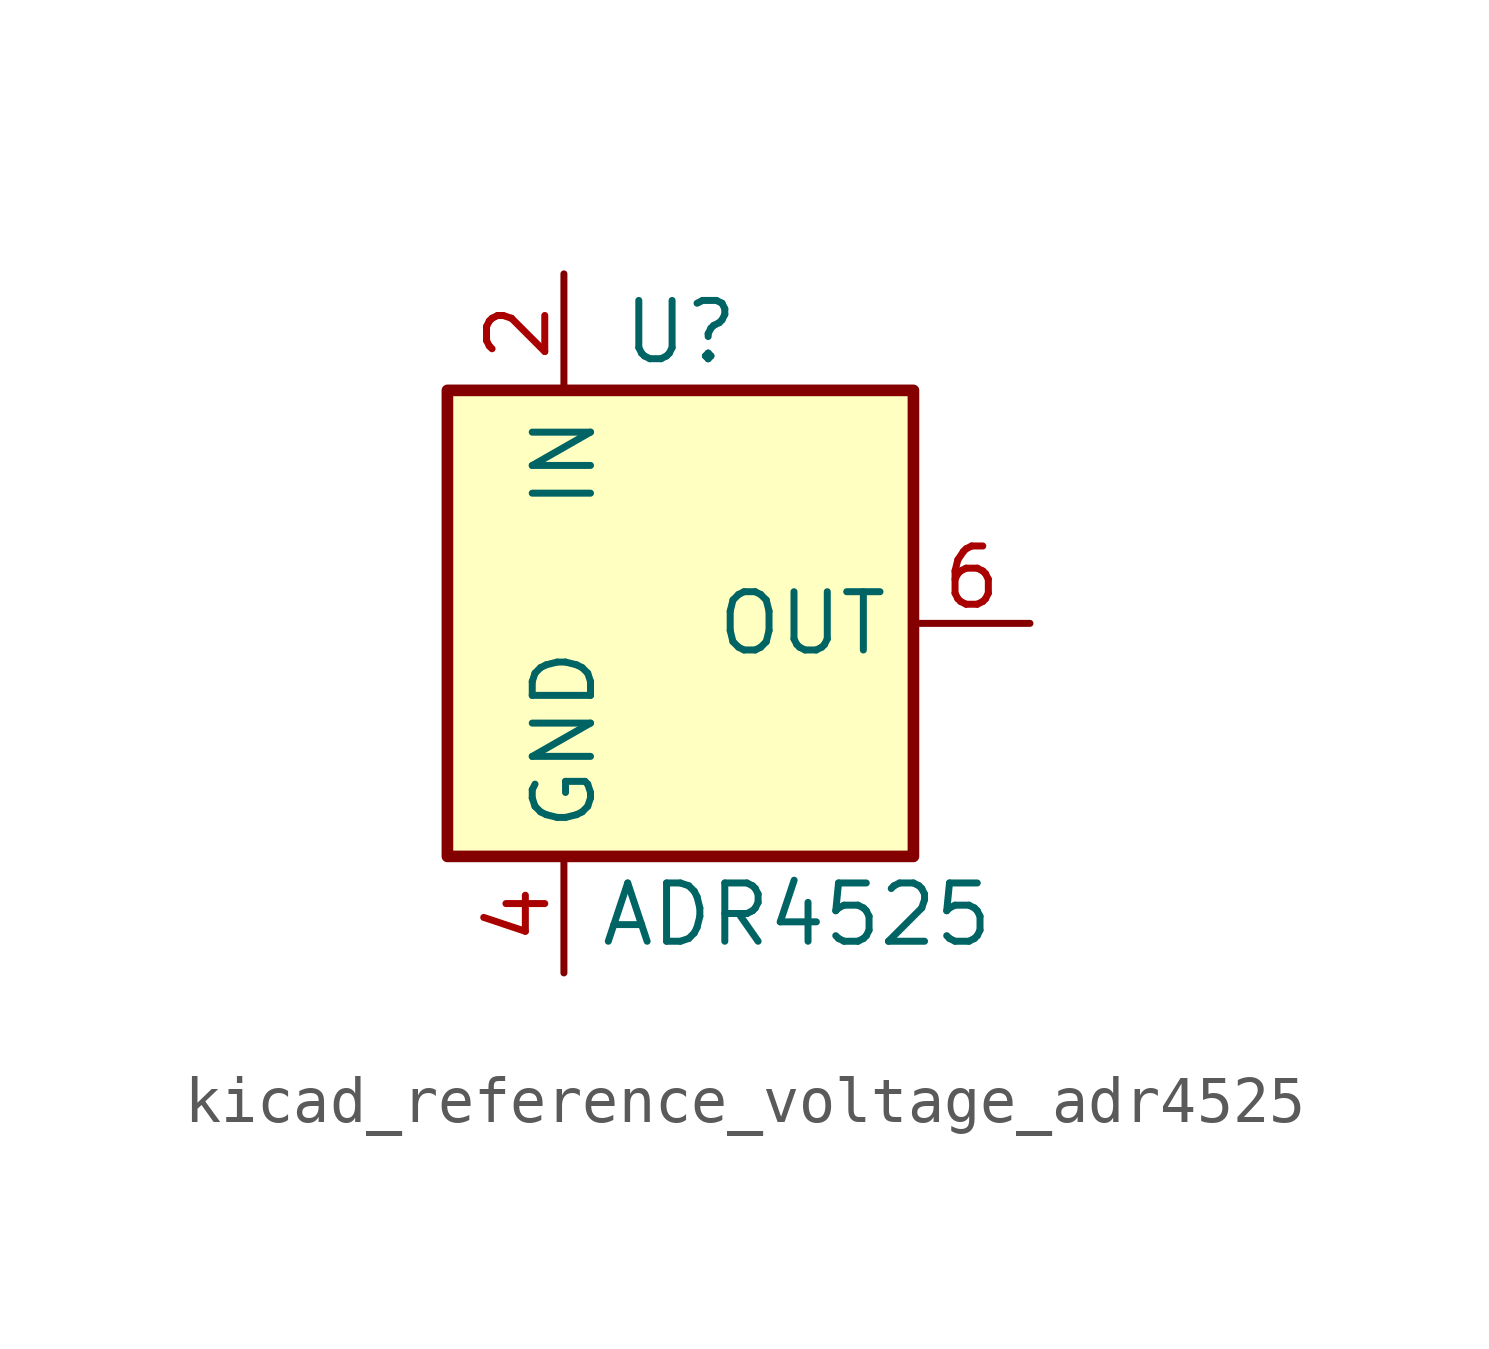
<source format=kicad_sym>
(kicad_symbol_lib
  (version 20220914)
  (generator kicad_symbol_editor)
  (symbol "kicad_reference_voltage_adr4525"
    (property "Reference" "U"
      (at 0 6.35 0)
      (effects (font (size 1.27 1.27))))
    (property "Value" "ADR4525"
      (at 2.54 -6.35 0)
      (effects (font (size 1.27 1.27))))
    (symbol "kicad_reference_voltage_adr4525_0_0"
      (pin no_connect line (at -5.08 0 0) (length 2.54) hide (name "NC" (effects (font (size 1.27 1.27)))) (number "3" (effects (font (size 1.27 1.27)))))
      (pin no_connect line (at 5.08 2.54 180) (length 2.54) hide (name "NC" (effects (font (size 1.27 1.27)))) (number "7" (effects (font (size 1.27 1.27)))))
      (pin no_connect line (at 5.08 -2.54 180) (length 2.54) hide (name "NC" (effects (font (size 1.27 1.27)))) (number "8" (effects (font (size 1.27 1.27))))))
    (symbol "kicad_reference_voltage_adr4525_0_1"
      (rectangle (start -5.08 5.08) (end 5.08 -5.08) (stroke (width 0.254) (type default)) (fill (type background))))
    (symbol "kicad_reference_voltage_adr4525_1_1"
      (pin no_connect line (at -5.08 2.54 0) (length 2.54) hide (name "NC" (effects (font (size 1.27 1.27)))) (number "1" (effects (font (size 1.27 1.27)))))
      (pin power_in line (at -2.54 7.62 270) (length 2.54) (name "IN" (effects (font (size 1.27 1.27)))) (number "2" (effects (font (size 1.27 1.27)))))
      (pin power_in line (at -2.54 -7.62 90) (length 2.54) (name "GND" (effects (font (size 1.27 1.27)))) (number "4" (effects (font (size 1.27 1.27)))))
      (pin no_connect line (at -5.08 -2.54 0) (length 2.54) hide (name "NC" (effects (font (size 1.27 1.27)))) (number "5" (effects (font (size 1.27 1.27)))))
      (pin power_out line (at 7.62 0 180) (length 2.54) (name "OUT" (effects (font (size 1.27 1.27)))) (number "6" (effects (font (size 1.27 1.27))))))))
</source>
